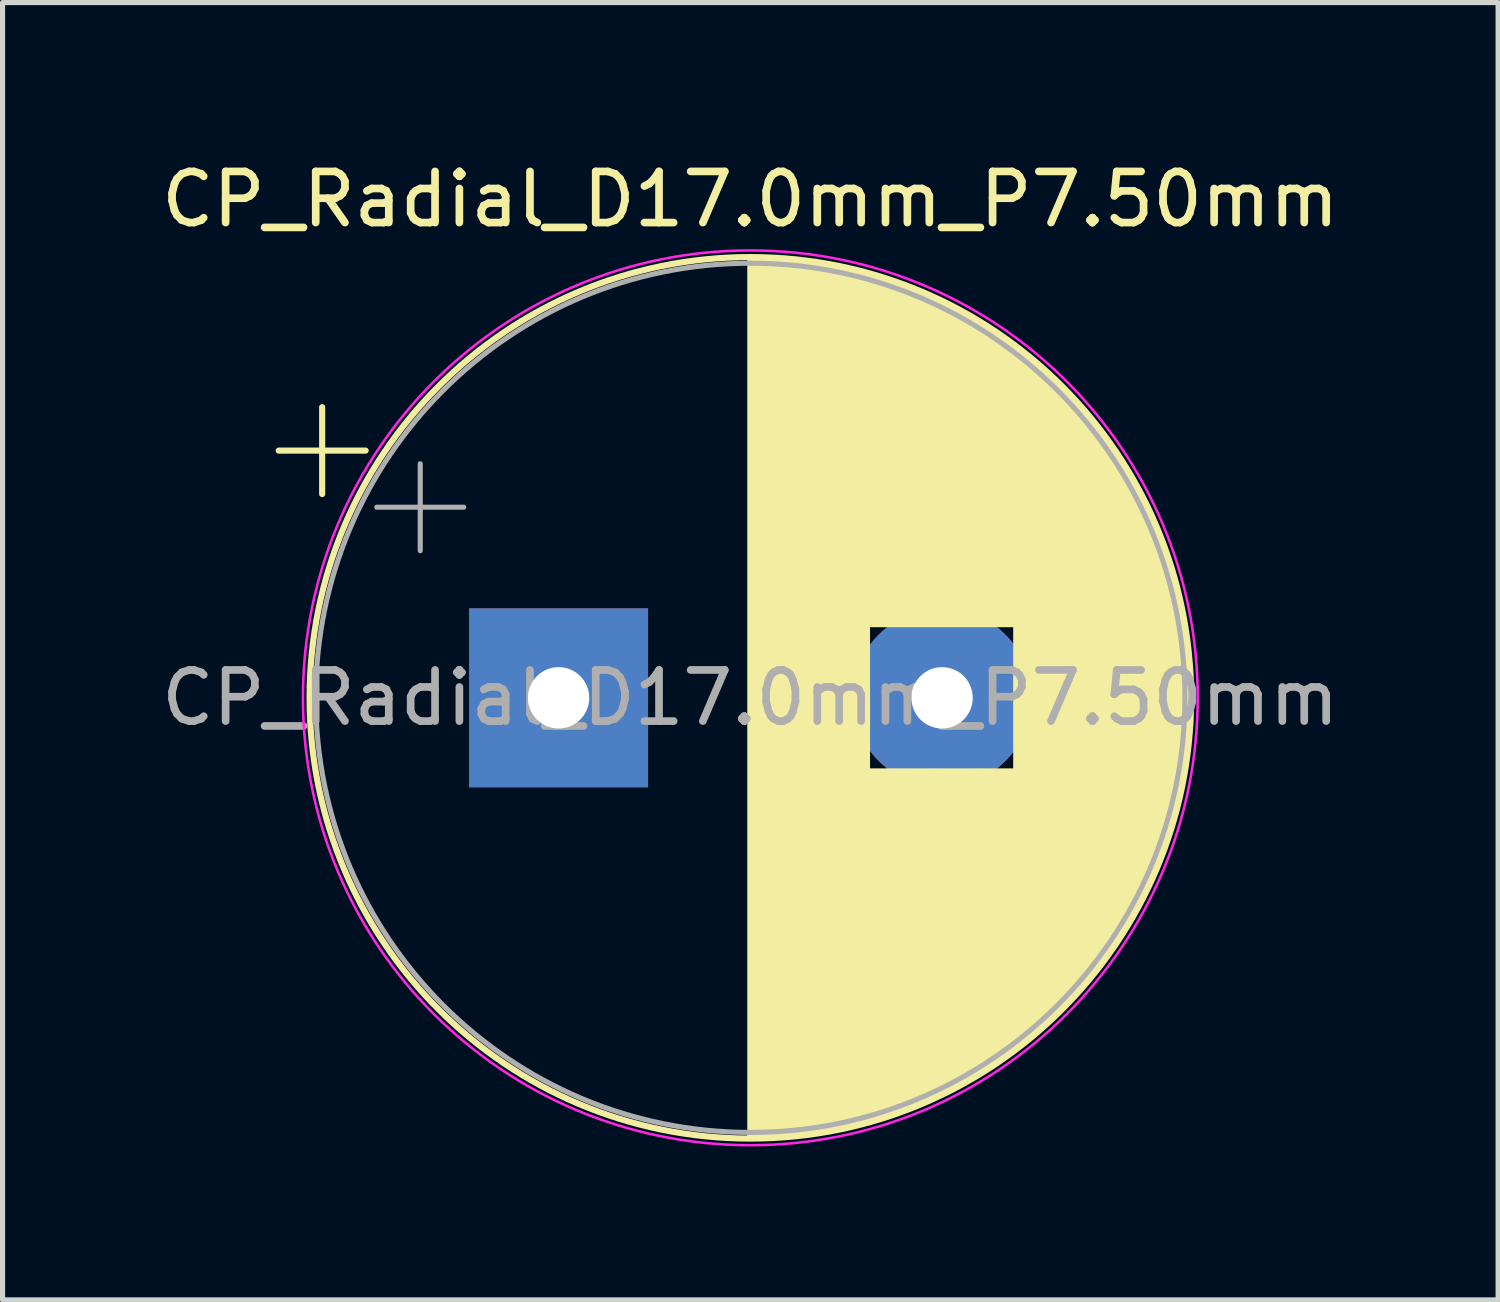
<source format=kicad_pcb>
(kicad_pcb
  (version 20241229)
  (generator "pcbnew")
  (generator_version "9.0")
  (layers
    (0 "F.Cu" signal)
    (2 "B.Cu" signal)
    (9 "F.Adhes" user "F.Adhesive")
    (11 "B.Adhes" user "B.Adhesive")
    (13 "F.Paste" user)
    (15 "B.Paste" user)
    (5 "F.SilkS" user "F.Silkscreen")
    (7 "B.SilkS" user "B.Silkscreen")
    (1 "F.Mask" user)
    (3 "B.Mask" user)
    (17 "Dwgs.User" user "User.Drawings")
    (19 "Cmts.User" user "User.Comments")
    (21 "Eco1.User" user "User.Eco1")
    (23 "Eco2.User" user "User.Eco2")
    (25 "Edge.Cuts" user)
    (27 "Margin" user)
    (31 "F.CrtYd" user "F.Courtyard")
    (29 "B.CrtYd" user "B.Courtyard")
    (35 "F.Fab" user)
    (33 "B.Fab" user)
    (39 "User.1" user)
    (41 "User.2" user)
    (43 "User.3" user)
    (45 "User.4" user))
  (footprint "CP_Radial_D17.0mm_P7.50mm"
    (layer "F.Cu")
    (at 7.875 10.598)
    (property "Reference" "CP_Radial_D17.0mm_P7.50mm" (at 3.75 -9.75 0) (layer "F.SilkS") (effects (font (size 1 1) (thickness 0.15))))
    (attr through_hole)
    (fp_line (start -5.474 -4.835) (end -3.774 -4.835) (stroke (width 0.12) (type solid)) (layer "F.SilkS"))
    (fp_line (start -4.624 -5.685) (end -4.624 -3.985) (stroke (width 0.12) (type solid)) (layer "F.SilkS"))
    (fp_line (start 3.75 -8.581) (end 3.75 8.581) (stroke (width 0.12) (type solid)) (layer "F.SilkS"))
    (fp_line (start 3.79 -8.58) (end 3.79 8.58) (stroke (width 0.12) (type solid)) (layer "F.SilkS"))
    (fp_line (start 3.83 -8.58) (end 3.83 8.58) (stroke (width 0.12) (type solid)) (layer "F.SilkS"))
    (fp_line (start 3.87 -8.58) (end 3.87 8.58) (stroke (width 0.12) (type solid)) (layer "F.SilkS"))
    (fp_line (start 3.91 -8.579) (end 3.91 8.579) (stroke (width 0.12) (type solid)) (layer "F.SilkS"))
    (fp_line (start 3.95 -8.578) (end 3.95 8.578) (stroke (width 0.12) (type solid)) (layer "F.SilkS"))
    (fp_line (start 3.99 -8.577) (end 3.99 8.577) (stroke (width 0.12) (type solid)) (layer "F.SilkS"))
    (fp_line (start 4.03 -8.576) (end 4.03 8.576) (stroke (width 0.12) (type solid)) (layer "F.SilkS"))
    (fp_line (start 4.07 -8.575) (end 4.07 8.575) (stroke (width 0.12) (type solid)) (layer "F.SilkS"))
    (fp_line (start 4.11 -8.573) (end 4.11 8.573) (stroke (width 0.12) (type solid)) (layer "F.SilkS"))
    (fp_line (start 4.15 -8.571) (end 4.15 8.571) (stroke (width 0.12) (type solid)) (layer "F.SilkS"))
    (fp_line (start 4.19 -8.569) (end 4.19 8.569) (stroke (width 0.12) (type solid)) (layer "F.SilkS"))
    (fp_line (start 4.23 -8.567) (end 4.23 8.567) (stroke (width 0.12) (type solid)) (layer "F.SilkS"))
    (fp_line (start 4.27 -8.565) (end 4.27 8.565) (stroke (width 0.12) (type solid)) (layer "F.SilkS"))
    (fp_line (start 4.31 -8.562) (end 4.31 8.562) (stroke (width 0.12) (type solid)) (layer "F.SilkS"))
    (fp_line (start 4.35 -8.56) (end 4.35 8.56) (stroke (width 0.12) (type solid)) (layer "F.SilkS"))
    (fp_line (start 4.39 -8.557) (end 4.39 8.557) (stroke (width 0.12) (type solid)) (layer "F.SilkS"))
    (fp_line (start 4.43 -8.554) (end 4.43 8.554) (stroke (width 0.12) (type solid)) (layer "F.SilkS"))
    (fp_line (start 4.471 -8.55) (end 4.471 8.55) (stroke (width 0.12) (type solid)) (layer "F.SilkS"))
    (fp_line (start 4.511 -8.547) (end 4.511 8.547) (stroke (width 0.12) (type solid)) (layer "F.SilkS"))
    (fp_line (start 4.551 -8.543) (end 4.551 8.543) (stroke (width 0.12) (type solid)) (layer "F.SilkS"))
    (fp_line (start 4.591 -8.539) (end 4.591 8.539) (stroke (width 0.12) (type solid)) (layer "F.SilkS"))
    (fp_line (start 4.631 -8.535) (end 4.631 8.535) (stroke (width 0.12) (type solid)) (layer "F.SilkS"))
    (fp_line (start 4.671 -8.531) (end 4.671 8.531) (stroke (width 0.12) (type solid)) (layer "F.SilkS"))
    (fp_line (start 4.711 -8.527) (end 4.711 8.527) (stroke (width 0.12) (type solid)) (layer "F.SilkS"))
    (fp_line (start 4.751 -8.522) (end 4.751 8.522) (stroke (width 0.12) (type solid)) (layer "F.SilkS"))
    (fp_line (start 4.791 -8.518) (end 4.791 8.518) (stroke (width 0.12) (type solid)) (layer "F.SilkS"))
    (fp_line (start 4.831 -8.513) (end 4.831 8.513) (stroke (width 0.12) (type solid)) (layer "F.SilkS"))
    (fp_line (start 4.871 -8.507) (end 4.871 8.507) (stroke (width 0.12) (type solid)) (layer "F.SilkS"))
    (fp_line (start 4.911 -8.502) (end 4.911 8.502) (stroke (width 0.12) (type solid)) (layer "F.SilkS"))
    (fp_line (start 4.951 -8.497) (end 4.951 8.497) (stroke (width 0.12) (type solid)) (layer "F.SilkS"))
    (fp_line (start 4.991 -8.491) (end 4.991 8.491) (stroke (width 0.12) (type solid)) (layer "F.SilkS"))
    (fp_line (start 5.031 -8.485) (end 5.031 8.485) (stroke (width 0.12) (type solid)) (layer "F.SilkS"))
    (fp_line (start 5.071 -8.479) (end 5.071 8.479) (stroke (width 0.12) (type solid)) (layer "F.SilkS"))
    (fp_line (start 5.111 -8.473) (end 5.111 8.473) (stroke (width 0.12) (type solid)) (layer "F.SilkS"))
    (fp_line (start 5.151 -8.466) (end 5.151 8.466) (stroke (width 0.12) (type solid)) (layer "F.SilkS"))
    (fp_line (start 5.191 -8.459) (end 5.191 8.459) (stroke (width 0.12) (type solid)) (layer "F.SilkS"))
    (fp_line (start 5.231 -8.452) (end 5.231 8.452) (stroke (width 0.12) (type solid)) (layer "F.SilkS"))
    (fp_line (start 5.271 -8.445) (end 5.271 8.445) (stroke (width 0.12) (type solid)) (layer "F.SilkS"))
    (fp_line (start 5.311 -8.438) (end 5.311 8.438) (stroke (width 0.12) (type solid)) (layer "F.SilkS"))
    (fp_line (start 5.351 -8.431) (end 5.351 8.431) (stroke (width 0.12) (type solid)) (layer "F.SilkS"))
    (fp_line (start 5.391 -8.423) (end 5.391 8.423) (stroke (width 0.12) (type solid)) (layer "F.SilkS"))
    (fp_line (start 5.431 -8.415) (end 5.431 8.415) (stroke (width 0.12) (type solid)) (layer "F.SilkS"))
    (fp_line (start 5.471 -8.407) (end 5.471 8.407) (stroke (width 0.12) (type solid)) (layer "F.SilkS"))
    (fp_line (start 5.511 -8.399) (end 5.511 8.399) (stroke (width 0.12) (type solid)) (layer "F.SilkS"))
    (fp_line (start 5.551 -8.39) (end 5.551 8.39) (stroke (width 0.12) (type solid)) (layer "F.SilkS"))
    (fp_line (start 5.591 -8.382) (end 5.591 8.382) (stroke (width 0.12) (type solid)) (layer "F.SilkS"))
    (fp_line (start 5.631 -8.373) (end 5.631 8.373) (stroke (width 0.12) (type solid)) (layer "F.SilkS"))
    (fp_line (start 5.671 -8.364) (end 5.671 8.364) (stroke (width 0.12) (type solid)) (layer "F.SilkS"))
    (fp_line (start 5.711 -8.355) (end 5.711 8.355) (stroke (width 0.12) (type solid)) (layer "F.SilkS"))
    (fp_line (start 5.751 -8.345) (end 5.751 8.345) (stroke (width 0.12) (type solid)) (layer "F.SilkS"))
    (fp_line (start 5.791 -8.336) (end 5.791 8.336) (stroke (width 0.12) (type solid)) (layer "F.SilkS"))
    (fp_line (start 5.831 -8.326) (end 5.831 8.326) (stroke (width 0.12) (type solid)) (layer "F.SilkS"))
    (fp_line (start 5.871 -8.316) (end 5.871 8.316) (stroke (width 0.12) (type solid)) (layer "F.SilkS"))
    (fp_line (start 5.911 -8.305) (end 5.911 8.305) (stroke (width 0.12) (type solid)) (layer "F.SilkS"))
    (fp_line (start 5.951 -8.295) (end 5.951 8.295) (stroke (width 0.12) (type solid)) (layer "F.SilkS"))
    (fp_line (start 5.991 -8.284) (end 5.991 8.284) (stroke (width 0.12) (type solid)) (layer "F.SilkS"))
    (fp_line (start 6.031 -8.274) (end 6.031 8.274) (stroke (width 0.12) (type solid)) (layer "F.SilkS"))
    (fp_line (start 6.071 -8.262) (end 6.071 -1.44) (stroke (width 0.12) (type solid)) (layer "F.SilkS"))
    (fp_line (start 6.071 1.44) (end 6.071 8.262) (stroke (width 0.12) (type solid)) (layer "F.SilkS"))
    (fp_line (start 6.111 -8.251) (end 6.111 -1.44) (stroke (width 0.12) (type solid)) (layer "F.SilkS"))
    (fp_line (start 6.111 1.44) (end 6.111 8.251) (stroke (width 0.12) (type solid)) (layer "F.SilkS"))
    (fp_line (start 6.151 -8.24) (end 6.151 -1.44) (stroke (width 0.12) (type solid)) (layer "F.SilkS"))
    (fp_line (start 6.151 1.44) (end 6.151 8.24) (stroke (width 0.12) (type solid)) (layer "F.SilkS"))
    (fp_line (start 6.191 -8.228) (end 6.191 -1.44) (stroke (width 0.12) (type solid)) (layer "F.SilkS"))
    (fp_line (start 6.191 1.44) (end 6.191 8.228) (stroke (width 0.12) (type solid)) (layer "F.SilkS"))
    (fp_line (start 6.231 -8.216) (end 6.231 -1.44) (stroke (width 0.12) (type solid)) (layer "F.SilkS"))
    (fp_line (start 6.231 1.44) (end 6.231 8.216) (stroke (width 0.12) (type solid)) (layer "F.SilkS"))
    (fp_line (start 6.271 -8.204) (end 6.271 -1.44) (stroke (width 0.12) (type solid)) (layer "F.SilkS"))
    (fp_line (start 6.271 1.44) (end 6.271 8.204) (stroke (width 0.12) (type solid)) (layer "F.SilkS"))
    (fp_line (start 6.311 -8.192) (end 6.311 -1.44) (stroke (width 0.12) (type solid)) (layer "F.SilkS"))
    (fp_line (start 6.311 1.44) (end 6.311 8.192) (stroke (width 0.12) (type solid)) (layer "F.SilkS"))
    (fp_line (start 6.351 -8.179) (end 6.351 -1.44) (stroke (width 0.12) (type solid)) (layer "F.SilkS"))
    (fp_line (start 6.351 1.44) (end 6.351 8.179) (stroke (width 0.12) (type solid)) (layer "F.SilkS"))
    (fp_line (start 6.391 -8.166) (end 6.391 -1.44) (stroke (width 0.12) (type solid)) (layer "F.SilkS"))
    (fp_line (start 6.391 1.44) (end 6.391 8.166) (stroke (width 0.12) (type solid)) (layer "F.SilkS"))
    (fp_line (start 6.431 -8.153) (end 6.431 -1.44) (stroke (width 0.12) (type solid)) (layer "F.SilkS"))
    (fp_line (start 6.431 1.44) (end 6.431 8.153) (stroke (width 0.12) (type solid)) (layer "F.SilkS"))
    (fp_line (start 6.471 -8.14) (end 6.471 -1.44) (stroke (width 0.12) (type solid)) (layer "F.SilkS"))
    (fp_line (start 6.471 1.44) (end 6.471 8.14) (stroke (width 0.12) (type solid)) (layer "F.SilkS"))
    (fp_line (start 6.511 -8.127) (end 6.511 -1.44) (stroke (width 0.12) (type solid)) (layer "F.SilkS"))
    (fp_line (start 6.511 1.44) (end 6.511 8.127) (stroke (width 0.12) (type solid)) (layer "F.SilkS"))
    (fp_line (start 6.551 -8.113) (end 6.551 -1.44) (stroke (width 0.12) (type solid)) (layer "F.SilkS"))
    (fp_line (start 6.551 1.44) (end 6.551 8.113) (stroke (width 0.12) (type solid)) (layer "F.SilkS"))
    (fp_line (start 6.591 -8.099) (end 6.591 -1.44) (stroke (width 0.12) (type solid)) (layer "F.SilkS"))
    (fp_line (start 6.591 1.44) (end 6.591 8.099) (stroke (width 0.12) (type solid)) (layer "F.SilkS"))
    (fp_line (start 6.631 -8.085) (end 6.631 -1.44) (stroke (width 0.12) (type solid)) (layer "F.SilkS"))
    (fp_line (start 6.631 1.44) (end 6.631 8.085) (stroke (width 0.12) (type solid)) (layer "F.SilkS"))
    (fp_line (start 6.671 -8.071) (end 6.671 -1.44) (stroke (width 0.12) (type solid)) (layer "F.SilkS"))
    (fp_line (start 6.671 1.44) (end 6.671 8.071) (stroke (width 0.12) (type solid)) (layer "F.SilkS"))
    (fp_line (start 6.711 -8.056) (end 6.711 -1.44) (stroke (width 0.12) (type solid)) (layer "F.SilkS"))
    (fp_line (start 6.711 1.44) (end 6.711 8.056) (stroke (width 0.12) (type solid)) (layer "F.SilkS"))
    (fp_line (start 6.751 -8.042) (end 6.751 -1.44) (stroke (width 0.12) (type solid)) (layer "F.SilkS"))
    (fp_line (start 6.751 1.44) (end 6.751 8.042) (stroke (width 0.12) (type solid)) (layer "F.SilkS"))
    (fp_line (start 6.791 -8.027) (end 6.791 -1.44) (stroke (width 0.12) (type solid)) (layer "F.SilkS"))
    (fp_line (start 6.791 1.44) (end 6.791 8.027) (stroke (width 0.12) (type solid)) (layer "F.SilkS"))
    (fp_line (start 6.831 -8.011) (end 6.831 -1.44) (stroke (width 0.12) (type solid)) (layer "F.SilkS"))
    (fp_line (start 6.831 1.44) (end 6.831 8.011) (stroke (width 0.12) (type solid)) (layer "F.SilkS"))
    (fp_line (start 6.871 -7.996) (end 6.871 -1.44) (stroke (width 0.12) (type solid)) (layer "F.SilkS"))
    (fp_line (start 6.871 1.44) (end 6.871 7.996) (stroke (width 0.12) (type solid)) (layer "F.SilkS"))
    (fp_line (start 6.911 -7.98) (end 6.911 -1.44) (stroke (width 0.12) (type solid)) (layer "F.SilkS"))
    (fp_line (start 6.911 1.44) (end 6.911 7.98) (stroke (width 0.12) (type solid)) (layer "F.SilkS"))
    (fp_line (start 6.951 -7.965) (end 6.951 -1.44) (stroke (width 0.12) (type solid)) (layer "F.SilkS"))
    (fp_line (start 6.951 1.44) (end 6.951 7.965) (stroke (width 0.12) (type solid)) (layer "F.SilkS"))
    (fp_line (start 6.991 -7.948) (end 6.991 -1.44) (stroke (width 0.12) (type solid)) (layer "F.SilkS"))
    (fp_line (start 6.991 1.44) (end 6.991 7.948) (stroke (width 0.12) (type solid)) (layer "F.SilkS"))
    (fp_line (start 7.031 -7.932) (end 7.031 -1.44) (stroke (width 0.12) (type solid)) (layer "F.SilkS"))
    (fp_line (start 7.031 1.44) (end 7.031 7.932) (stroke (width 0.12) (type solid)) (layer "F.SilkS"))
    (fp_line (start 7.071 -7.915) (end 7.071 -1.44) (stroke (width 0.12) (type solid)) (layer "F.SilkS"))
    (fp_line (start 7.071 1.44) (end 7.071 7.915) (stroke (width 0.12) (type solid)) (layer "F.SilkS"))
    (fp_line (start 7.111 -7.899) (end 7.111 -1.44) (stroke (width 0.12) (type solid)) (layer "F.SilkS"))
    (fp_line (start 7.111 1.44) (end 7.111 7.899) (stroke (width 0.12) (type solid)) (layer "F.SilkS"))
    (fp_line (start 7.151 -7.882) (end 7.151 -1.44) (stroke (width 0.12) (type solid)) (layer "F.SilkS"))
    (fp_line (start 7.151 1.44) (end 7.151 7.882) (stroke (width 0.12) (type solid)) (layer "F.SilkS"))
    (fp_line (start 7.191 -7.864) (end 7.191 -1.44) (stroke (width 0.12) (type solid)) (layer "F.SilkS"))
    (fp_line (start 7.191 1.44) (end 7.191 7.864) (stroke (width 0.12) (type solid)) (layer "F.SilkS"))
    (fp_line (start 7.231 -7.847) (end 7.231 -1.44) (stroke (width 0.12) (type solid)) (layer "F.SilkS"))
    (fp_line (start 7.231 1.44) (end 7.231 7.847) (stroke (width 0.12) (type solid)) (layer "F.SilkS"))
    (fp_line (start 7.271 -7.829) (end 7.271 -1.44) (stroke (width 0.12) (type solid)) (layer "F.SilkS"))
    (fp_line (start 7.271 1.44) (end 7.271 7.829) (stroke (width 0.12) (type solid)) (layer "F.SilkS"))
    (fp_line (start 7.311 -7.811) (end 7.311 -1.44) (stroke (width 0.12) (type solid)) (layer "F.SilkS"))
    (fp_line (start 7.311 1.44) (end 7.311 7.811) (stroke (width 0.12) (type solid)) (layer "F.SilkS"))
    (fp_line (start 7.351 -7.793) (end 7.351 -1.44) (stroke (width 0.12) (type solid)) (layer "F.SilkS"))
    (fp_line (start 7.351 1.44) (end 7.351 7.793) (stroke (width 0.12) (type solid)) (layer "F.SilkS"))
    (fp_line (start 7.391 -7.774) (end 7.391 -1.44) (stroke (width 0.12) (type solid)) (layer "F.SilkS"))
    (fp_line (start 7.391 1.44) (end 7.391 7.774) (stroke (width 0.12) (type solid)) (layer "F.SilkS"))
    (fp_line (start 7.431 -7.755) (end 7.431 -1.44) (stroke (width 0.12) (type solid)) (layer "F.SilkS"))
    (fp_line (start 7.431 1.44) (end 7.431 7.755) (stroke (width 0.12) (type solid)) (layer "F.SilkS"))
    (fp_line (start 7.471 -7.736) (end 7.471 -1.44) (stroke (width 0.12) (type solid)) (layer "F.SilkS"))
    (fp_line (start 7.471 1.44) (end 7.471 7.736) (stroke (width 0.12) (type solid)) (layer "F.SilkS"))
    (fp_line (start 7.511 -7.717) (end 7.511 -1.44) (stroke (width 0.12) (type solid)) (layer "F.SilkS"))
    (fp_line (start 7.511 1.44) (end 7.511 7.717) (stroke (width 0.12) (type solid)) (layer "F.SilkS"))
    (fp_line (start 7.551 -7.698) (end 7.551 -1.44) (stroke (width 0.12) (type solid)) (layer "F.SilkS"))
    (fp_line (start 7.551 1.44) (end 7.551 7.698) (stroke (width 0.12) (type solid)) (layer "F.SilkS"))
    (fp_line (start 7.591 -7.678) (end 7.591 -1.44) (stroke (width 0.12) (type solid)) (layer "F.SilkS"))
    (fp_line (start 7.591 1.44) (end 7.591 7.678) (stroke (width 0.12) (type solid)) (layer "F.SilkS"))
    (fp_line (start 7.631 -7.658) (end 7.631 -1.44) (stroke (width 0.12) (type solid)) (layer "F.SilkS"))
    (fp_line (start 7.631 1.44) (end 7.631 7.658) (stroke (width 0.12) (type solid)) (layer "F.SilkS"))
    (fp_line (start 7.671 -7.638) (end 7.671 -1.44) (stroke (width 0.12) (type solid)) (layer "F.SilkS"))
    (fp_line (start 7.671 1.44) (end 7.671 7.638) (stroke (width 0.12) (type solid)) (layer "F.SilkS"))
    (fp_line (start 7.711 -7.617) (end 7.711 -1.44) (stroke (width 0.12) (type solid)) (layer "F.SilkS"))
    (fp_line (start 7.711 1.44) (end 7.711 7.617) (stroke (width 0.12) (type solid)) (layer "F.SilkS"))
    (fp_line (start 7.751 -7.596) (end 7.751 -1.44) (stroke (width 0.12) (type solid)) (layer "F.SilkS"))
    (fp_line (start 7.751 1.44) (end 7.751 7.596) (stroke (width 0.12) (type solid)) (layer "F.SilkS"))
    (fp_line (start 7.791 -7.575) (end 7.791 -1.44) (stroke (width 0.12) (type solid)) (layer "F.SilkS"))
    (fp_line (start 7.791 1.44) (end 7.791 7.575) (stroke (width 0.12) (type solid)) (layer "F.SilkS"))
    (fp_line (start 7.831 -7.554) (end 7.831 -1.44) (stroke (width 0.12) (type solid)) (layer "F.SilkS"))
    (fp_line (start 7.831 1.44) (end 7.831 7.554) (stroke (width 0.12) (type solid)) (layer "F.SilkS"))
    (fp_line (start 7.871 -7.532) (end 7.871 -1.44) (stroke (width 0.12) (type solid)) (layer "F.SilkS"))
    (fp_line (start 7.871 1.44) (end 7.871 7.532) (stroke (width 0.12) (type solid)) (layer "F.SilkS"))
    (fp_line (start 7.911 -7.51) (end 7.911 -1.44) (stroke (width 0.12) (type solid)) (layer "F.SilkS"))
    (fp_line (start 7.911 1.44) (end 7.911 7.51) (stroke (width 0.12) (type solid)) (layer "F.SilkS"))
    (fp_line (start 7.951 -7.488) (end 7.951 -1.44) (stroke (width 0.12) (type solid)) (layer "F.SilkS"))
    (fp_line (start 7.951 1.44) (end 7.951 7.488) (stroke (width 0.12) (type solid)) (layer "F.SilkS"))
    (fp_line (start 7.991 -7.466) (end 7.991 -1.44) (stroke (width 0.12) (type solid)) (layer "F.SilkS"))
    (fp_line (start 7.991 1.44) (end 7.991 7.466) (stroke (width 0.12) (type solid)) (layer "F.SilkS"))
    (fp_line (start 8.031 -7.443) (end 8.031 -1.44) (stroke (width 0.12) (type solid)) (layer "F.SilkS"))
    (fp_line (start 8.031 1.44) (end 8.031 7.443) (stroke (width 0.12) (type solid)) (layer "F.SilkS"))
    (fp_line (start 8.071 -7.42) (end 8.071 -1.44) (stroke (width 0.12) (type solid)) (layer "F.SilkS"))
    (fp_line (start 8.071 1.44) (end 8.071 7.42) (stroke (width 0.12) (type solid)) (layer "F.SilkS"))
    (fp_line (start 8.111 -7.397) (end 8.111 -1.44) (stroke (width 0.12) (type solid)) (layer "F.SilkS"))
    (fp_line (start 8.111 1.44) (end 8.111 7.397) (stroke (width 0.12) (type solid)) (layer "F.SilkS"))
    (fp_line (start 8.151 -7.373) (end 8.151 -1.44) (stroke (width 0.12) (type solid)) (layer "F.SilkS"))
    (fp_line (start 8.151 1.44) (end 8.151 7.373) (stroke (width 0.12) (type solid)) (layer "F.SilkS"))
    (fp_line (start 8.191 -7.349) (end 8.191 -1.44) (stroke (width 0.12) (type solid)) (layer "F.SilkS"))
    (fp_line (start 8.191 1.44) (end 8.191 7.349) (stroke (width 0.12) (type solid)) (layer "F.SilkS"))
    (fp_line (start 8.231 -7.325) (end 8.231 -1.44) (stroke (width 0.12) (type solid)) (layer "F.SilkS"))
    (fp_line (start 8.231 1.44) (end 8.231 7.325) (stroke (width 0.12) (type solid)) (layer "F.SilkS"))
    (fp_line (start 8.271 -7.3) (end 8.271 -1.44) (stroke (width 0.12) (type solid)) (layer "F.SilkS"))
    (fp_line (start 8.271 1.44) (end 8.271 7.3) (stroke (width 0.12) (type solid)) (layer "F.SilkS"))
    (fp_line (start 8.311 -7.276) (end 8.311 -1.44) (stroke (width 0.12) (type solid)) (layer "F.SilkS"))
    (fp_line (start 8.311 1.44) (end 8.311 7.276) (stroke (width 0.12) (type solid)) (layer "F.SilkS"))
    (fp_line (start 8.351 -7.251) (end 8.351 -1.44) (stroke (width 0.12) (type solid)) (layer "F.SilkS"))
    (fp_line (start 8.351 1.44) (end 8.351 7.251) (stroke (width 0.12) (type solid)) (layer "F.SilkS"))
    (fp_line (start 8.391 -7.225) (end 8.391 -1.44) (stroke (width 0.12) (type solid)) (layer "F.SilkS"))
    (fp_line (start 8.391 1.44) (end 8.391 7.225) (stroke (width 0.12) (type solid)) (layer "F.SilkS"))
    (fp_line (start 8.431 -7.199) (end 8.431 -1.44) (stroke (width 0.12) (type solid)) (layer "F.SilkS"))
    (fp_line (start 8.431 1.44) (end 8.431 7.199) (stroke (width 0.12) (type solid)) (layer "F.SilkS"))
    (fp_line (start 8.471 -7.173) (end 8.471 -1.44) (stroke (width 0.12) (type solid)) (layer "F.SilkS"))
    (fp_line (start 8.471 1.44) (end 8.471 7.173) (stroke (width 0.12) (type solid)) (layer "F.SilkS"))
    (fp_line (start 8.511 -7.147) (end 8.511 -1.44) (stroke (width 0.12) (type solid)) (layer "F.SilkS"))
    (fp_line (start 8.511 1.44) (end 8.511 7.147) (stroke (width 0.12) (type solid)) (layer "F.SilkS"))
    (fp_line (start 8.551 -7.12) (end 8.551 -1.44) (stroke (width 0.12) (type solid)) (layer "F.SilkS"))
    (fp_line (start 8.551 1.44) (end 8.551 7.12) (stroke (width 0.12) (type solid)) (layer "F.SilkS"))
    (fp_line (start 8.591 -7.093) (end 8.591 -1.44) (stroke (width 0.12) (type solid)) (layer "F.SilkS"))
    (fp_line (start 8.591 1.44) (end 8.591 7.093) (stroke (width 0.12) (type solid)) (layer "F.SilkS"))
    (fp_line (start 8.631 -7.066) (end 8.631 -1.44) (stroke (width 0.12) (type solid)) (layer "F.SilkS"))
    (fp_line (start 8.631 1.44) (end 8.631 7.066) (stroke (width 0.12) (type solid)) (layer "F.SilkS"))
    (fp_line (start 8.671 -7.038) (end 8.671 -1.44) (stroke (width 0.12) (type solid)) (layer "F.SilkS"))
    (fp_line (start 8.671 1.44) (end 8.671 7.038) (stroke (width 0.12) (type solid)) (layer "F.SilkS"))
    (fp_line (start 8.711 -7.011) (end 8.711 -1.44) (stroke (width 0.12) (type solid)) (layer "F.SilkS"))
    (fp_line (start 8.711 1.44) (end 8.711 7.011) (stroke (width 0.12) (type solid)) (layer "F.SilkS"))
    (fp_line (start 8.751 -6.982) (end 8.751 -1.44) (stroke (width 0.12) (type solid)) (layer "F.SilkS"))
    (fp_line (start 8.751 1.44) (end 8.751 6.982) (stroke (width 0.12) (type solid)) (layer "F.SilkS"))
    (fp_line (start 8.791 -6.954) (end 8.791 -1.44) (stroke (width 0.12) (type solid)) (layer "F.SilkS"))
    (fp_line (start 8.791 1.44) (end 8.791 6.954) (stroke (width 0.12) (type solid)) (layer "F.SilkS"))
    (fp_line (start 8.831 -6.925) (end 8.831 -1.44) (stroke (width 0.12) (type solid)) (layer "F.SilkS"))
    (fp_line (start 8.831 1.44) (end 8.831 6.925) (stroke (width 0.12) (type solid)) (layer "F.SilkS"))
    (fp_line (start 8.871 -6.895) (end 8.871 -1.44) (stroke (width 0.12) (type solid)) (layer "F.SilkS"))
    (fp_line (start 8.871 1.44) (end 8.871 6.895) (stroke (width 0.12) (type solid)) (layer "F.SilkS"))
    (fp_line (start 8.911 -6.865) (end 8.911 -1.44) (stroke (width 0.12) (type solid)) (layer "F.SilkS"))
    (fp_line (start 8.911 1.44) (end 8.911 6.865) (stroke (width 0.12) (type solid)) (layer "F.SilkS"))
    (fp_line (start 8.951 -6.835) (end 8.951 6.835) (stroke (width 0.12) (type solid)) (layer "F.SilkS"))
    (fp_line (start 8.991 -6.805) (end 8.991 6.805) (stroke (width 0.12) (type solid)) (layer "F.SilkS"))
    (fp_line (start 9.031 -6.774) (end 9.031 6.774) (stroke (width 0.12) (type solid)) (layer "F.SilkS"))
    (fp_line (start 9.071 -6.743) (end 9.071 6.743) (stroke (width 0.12) (type solid)) (layer "F.SilkS"))
    (fp_line (start 9.111 -6.711) (end 9.111 6.711) (stroke (width 0.12) (type solid)) (layer "F.SilkS"))
    (fp_line (start 9.151 -6.679) (end 9.151 6.679) (stroke (width 0.12) (type solid)) (layer "F.SilkS"))
    (fp_line (start 9.191 -6.647) (end 9.191 6.647) (stroke (width 0.12) (type solid)) (layer "F.SilkS"))
    (fp_line (start 9.231 -6.614) (end 9.231 6.614) (stroke (width 0.12) (type solid)) (layer "F.SilkS"))
    (fp_line (start 9.271 -6.581) (end 9.271 6.581) (stroke (width 0.12) (type solid)) (layer "F.SilkS"))
    (fp_line (start 9.311 -6.548) (end 9.311 6.548) (stroke (width 0.12) (type solid)) (layer "F.SilkS"))
    (fp_line (start 9.351 -6.514) (end 9.351 6.514) (stroke (width 0.12) (type solid)) (layer "F.SilkS"))
    (fp_line (start 9.391 -6.479) (end 9.391 6.479) (stroke (width 0.12) (type solid)) (layer "F.SilkS"))
    (fp_line (start 9.431 -6.444) (end 9.431 6.444) (stroke (width 0.12) (type solid)) (layer "F.SilkS"))
    (fp_line (start 9.471 -6.409) (end 9.471 6.409) (stroke (width 0.12) (type solid)) (layer "F.SilkS"))
    (fp_line (start 9.511 -6.374) (end 9.511 6.374) (stroke (width 0.12) (type solid)) (layer "F.SilkS"))
    (fp_line (start 9.551 -6.337) (end 9.551 6.337) (stroke (width 0.12) (type solid)) (layer "F.SilkS"))
    (fp_line (start 9.591 -6.301) (end 9.591 6.301) (stroke (width 0.12) (type solid)) (layer "F.SilkS"))
    (fp_line (start 9.631 -6.264) (end 9.631 6.264) (stroke (width 0.12) (type solid)) (layer "F.SilkS"))
    (fp_line (start 9.671 -6.226) (end 9.671 6.226) (stroke (width 0.12) (type solid)) (layer "F.SilkS"))
    (fp_line (start 9.711 -6.188) (end 9.711 6.188) (stroke (width 0.12) (type solid)) (layer "F.SilkS"))
    (fp_line (start 9.751 -6.15) (end 9.751 6.15) (stroke (width 0.12) (type solid)) (layer "F.SilkS"))
    (fp_line (start 9.791 -6.111) (end 9.791 6.111) (stroke (width 0.12) (type solid)) (layer "F.SilkS"))
    (fp_line (start 9.831 -6.071) (end 9.831 6.071) (stroke (width 0.12) (type solid)) (layer "F.SilkS"))
    (fp_line (start 9.871 -6.031) (end 9.871 6.031) (stroke (width 0.12) (type solid)) (layer "F.SilkS"))
    (fp_line (start 9.911 -5.99) (end 9.911 5.99) (stroke (width 0.12) (type solid)) (layer "F.SilkS"))
    (fp_line (start 9.951 -5.949) (end 9.951 5.949) (stroke (width 0.12) (type solid)) (layer "F.SilkS"))
    (fp_line (start 9.991 -5.907) (end 9.991 5.907) (stroke (width 0.12) (type solid)) (layer "F.SilkS"))
    (fp_line (start 10.031 -5.865) (end 10.031 5.865) (stroke (width 0.12) (type solid)) (layer "F.SilkS"))
    (fp_line (start 10.071 -5.822) (end 10.071 5.822) (stroke (width 0.12) (type solid)) (layer "F.SilkS"))
    (fp_line (start 10.111 -5.779) (end 10.111 5.779) (stroke (width 0.12) (type solid)) (layer "F.SilkS"))
    (fp_line (start 10.151 -5.735) (end 10.151 5.735) (stroke (width 0.12) (type solid)) (layer "F.SilkS"))
    (fp_line (start 10.191 -5.69) (end 10.191 5.69) (stroke (width 0.12) (type solid)) (layer "F.SilkS"))
    (fp_line (start 10.231 -5.645) (end 10.231 5.645) (stroke (width 0.12) (type solid)) (layer "F.SilkS"))
    (fp_line (start 10.271 -5.599) (end 10.271 5.599) (stroke (width 0.12) (type solid)) (layer "F.SilkS"))
    (fp_line (start 10.311 -5.553) (end 10.311 5.553) (stroke (width 0.12) (type solid)) (layer "F.SilkS"))
    (fp_line (start 10.351 -5.505) (end 10.351 5.505) (stroke (width 0.12) (type solid)) (layer "F.SilkS"))
    (fp_line (start 10.391 -5.457) (end 10.391 5.457) (stroke (width 0.12) (type solid)) (layer "F.SilkS"))
    (fp_line (start 10.431 -5.409) (end 10.431 5.409) (stroke (width 0.12) (type solid)) (layer "F.SilkS"))
    (fp_line (start 10.471 -5.359) (end 10.471 5.359) (stroke (width 0.12) (type solid)) (layer "F.SilkS"))
    (fp_line (start 10.511 -5.309) (end 10.511 5.309) (stroke (width 0.12) (type solid)) (layer "F.SilkS"))
    (fp_line (start 10.551 -5.258) (end 10.551 5.258) (stroke (width 0.12) (type solid)) (layer "F.SilkS"))
    (fp_line (start 10.591 -5.206) (end 10.591 5.206) (stroke (width 0.12) (type solid)) (layer "F.SilkS"))
    (fp_line (start 10.631 -5.154) (end 10.631 5.154) (stroke (width 0.12) (type solid)) (layer "F.SilkS"))
    (fp_line (start 10.671 -5.1) (end 10.671 5.1) (stroke (width 0.12) (type solid)) (layer "F.SilkS"))
    (fp_line (start 10.711 -5.046) (end 10.711 5.046) (stroke (width 0.12) (type solid)) (layer "F.SilkS"))
    (fp_line (start 10.751 -4.991) (end 10.751 4.991) (stroke (width 0.12) (type solid)) (layer "F.SilkS"))
    (fp_line (start 10.791 -4.935) (end 10.791 4.935) (stroke (width 0.12) (type solid)) (layer "F.SilkS"))
    (fp_line (start 10.831 -4.878) (end 10.831 4.878) (stroke (width 0.12) (type solid)) (layer "F.SilkS"))
    (fp_line (start 10.871 -4.82) (end 10.871 4.82) (stroke (width 0.12) (type solid)) (layer "F.SilkS"))
    (fp_line (start 10.911 -4.76) (end 10.911 4.76) (stroke (width 0.12) (type solid)) (layer "F.SilkS"))
    (fp_line (start 10.951 -4.7) (end 10.951 4.7) (stroke (width 0.12) (type solid)) (layer "F.SilkS"))
    (fp_line (start 10.991 -4.639) (end 10.991 4.639) (stroke (width 0.12) (type solid)) (layer "F.SilkS"))
    (fp_line (start 11.031 -4.576) (end 11.031 4.576) (stroke (width 0.12) (type solid)) (layer "F.SilkS"))
    (fp_line (start 11.071 -4.513) (end 11.071 4.513) (stroke (width 0.12) (type solid)) (layer "F.SilkS"))
    (fp_line (start 11.111 -4.448) (end 11.111 4.448) (stroke (width 0.12) (type solid)) (layer "F.SilkS"))
    (fp_line (start 11.151 -4.381) (end 11.151 4.381) (stroke (width 0.12) (type solid)) (layer "F.SilkS"))
    (fp_line (start 11.191 -4.314) (end 11.191 4.314) (stroke (width 0.12) (type solid)) (layer "F.SilkS"))
    (fp_line (start 11.231 -4.245) (end 11.231 4.245) (stroke (width 0.12) (type solid)) (layer "F.SilkS"))
    (fp_line (start 11.271 -4.174) (end 11.271 4.174) (stroke (width 0.12) (type solid)) (layer "F.SilkS"))
    (fp_line (start 11.311 -4.102) (end 11.311 4.102) (stroke (width 0.12) (type solid)) (layer "F.SilkS"))
    (fp_line (start 11.351 -4.028) (end 11.351 4.028) (stroke (width 0.12) (type solid)) (layer "F.SilkS"))
    (fp_line (start 11.391 -3.952) (end 11.391 3.952) (stroke (width 0.12) (type solid)) (layer "F.SilkS"))
    (fp_line (start 11.431 -3.875) (end 11.431 3.875) (stroke (width 0.12) (type solid)) (layer "F.SilkS"))
    (fp_line (start 11.471 -3.795) (end 11.471 3.795) (stroke (width 0.12) (type solid)) (layer "F.SilkS"))
    (fp_line (start 11.511 -3.714) (end 11.511 3.714) (stroke (width 0.12) (type solid)) (layer "F.SilkS"))
    (fp_line (start 11.551 -3.63) (end 11.551 3.63) (stroke (width 0.12) (type solid)) (layer "F.SilkS"))
    (fp_line (start 11.591 -3.544) (end 11.591 3.544) (stroke (width 0.12) (type solid)) (layer "F.SilkS"))
    (fp_line (start 11.631 -3.455) (end 11.631 3.455) (stroke (width 0.12) (type solid)) (layer "F.SilkS"))
    (fp_line (start 11.671 -3.363) (end 11.671 3.363) (stroke (width 0.12) (type solid)) (layer "F.SilkS"))
    (fp_line (start 11.711 -3.268) (end 11.711 3.268) (stroke (width 0.12) (type solid)) (layer "F.SilkS"))
    (fp_line (start 11.751 -3.171) (end 11.751 3.171) (stroke (width 0.12) (type solid)) (layer "F.SilkS"))
    (fp_line (start 11.791 -3.069) (end 11.791 3.069) (stroke (width 0.12) (type solid)) (layer "F.SilkS"))
    (fp_line (start 11.831 -2.963) (end 11.831 2.963) (stroke (width 0.12) (type solid)) (layer "F.SilkS"))
    (fp_line (start 11.871 -2.854) (end 11.871 2.854) (stroke (width 0.12) (type solid)) (layer "F.SilkS"))
    (fp_line (start 11.911 -2.739) (end 11.911 2.739) (stroke (width 0.12) (type solid)) (layer "F.SilkS"))
    (fp_line (start 11.95 -2.618) (end 11.95 2.618) (stroke (width 0.12) (type solid)) (layer "F.SilkS"))
    (fp_line (start 11.99 -2.492) (end 11.99 2.492) (stroke (width 0.12) (type solid)) (layer "F.SilkS"))
    (fp_line (start 12.03 -2.358) (end 12.03 2.358) (stroke (width 0.12) (type solid)) (layer "F.SilkS"))
    (fp_line (start 12.07 -2.215) (end 12.07 2.215) (stroke (width 0.12) (type solid)) (layer "F.SilkS"))
    (fp_line (start 12.11 -2.062) (end 12.11 2.062) (stroke (width 0.12) (type solid)) (layer "F.SilkS"))
    (fp_line (start 12.15 -1.896) (end 12.15 1.896) (stroke (width 0.12) (type solid)) (layer "F.SilkS"))
    (fp_line (start 12.19 -1.713) (end 12.19 1.713) (stroke (width 0.12) (type solid)) (layer "F.SilkS"))
    (fp_line (start 12.23 -1.508) (end 12.23 1.508) (stroke (width 0.12) (type solid)) (layer "F.SilkS"))
    (fp_line (start 12.27 -1.27) (end 12.27 1.27) (stroke (width 0.12) (type solid)) (layer "F.SilkS"))
    (fp_line (start 12.31 -0.976) (end 12.31 0.976) (stroke (width 0.12) (type solid)) (layer "F.SilkS"))
    (fp_line (start 12.35 -0.547) (end 12.35 0.547) (stroke (width 0.12) (type solid)) (layer "F.SilkS"))
    (fp_circle (center 3.75 0) (end 12.37 0) (stroke (width 0.12) (type solid)) (fill no) (layer "F.SilkS"))
    (fp_circle (center 3.75 0) (end 12.5 0) (stroke (width 0.05) (type solid)) (fill no) (layer "F.CrtYd"))
    (fp_line (start -3.556 -3.728) (end -1.856 -3.728) (stroke (width 0.1) (type solid)) (layer "F.Fab"))
    (fp_line (start -2.706 -4.577) (end -2.706 -2.877) (stroke (width 0.1) (type solid)) (layer "F.Fab"))
    (fp_circle (center 3.75 0) (end 12.25 0) (stroke (width 0.1) (type solid)) (fill no) (layer "F.Fab"))
    (fp_text user "${REFERENCE}" (at 3.75 0 0) (layer "F.Fab") (effects (font (size 1 1) (thickness 0.15))))
    (pad "1" thru_hole rect (at 0 0) (size 3.5 3.5) (drill 1.2) (layers "*.Cu" "*.Mask"))
    (pad "2" thru_hole circle (at 7.5 0) (size 3.5 3.5) (drill 1.2) (layers "*.Cu" "*.Mask")))
  (gr_rect
    (start -3 -3)
    (end 26.25 22.373)
    (stroke (width 0.1) (type default))
    (fill no)
    (layer "Edge.Cuts")))
</source>
